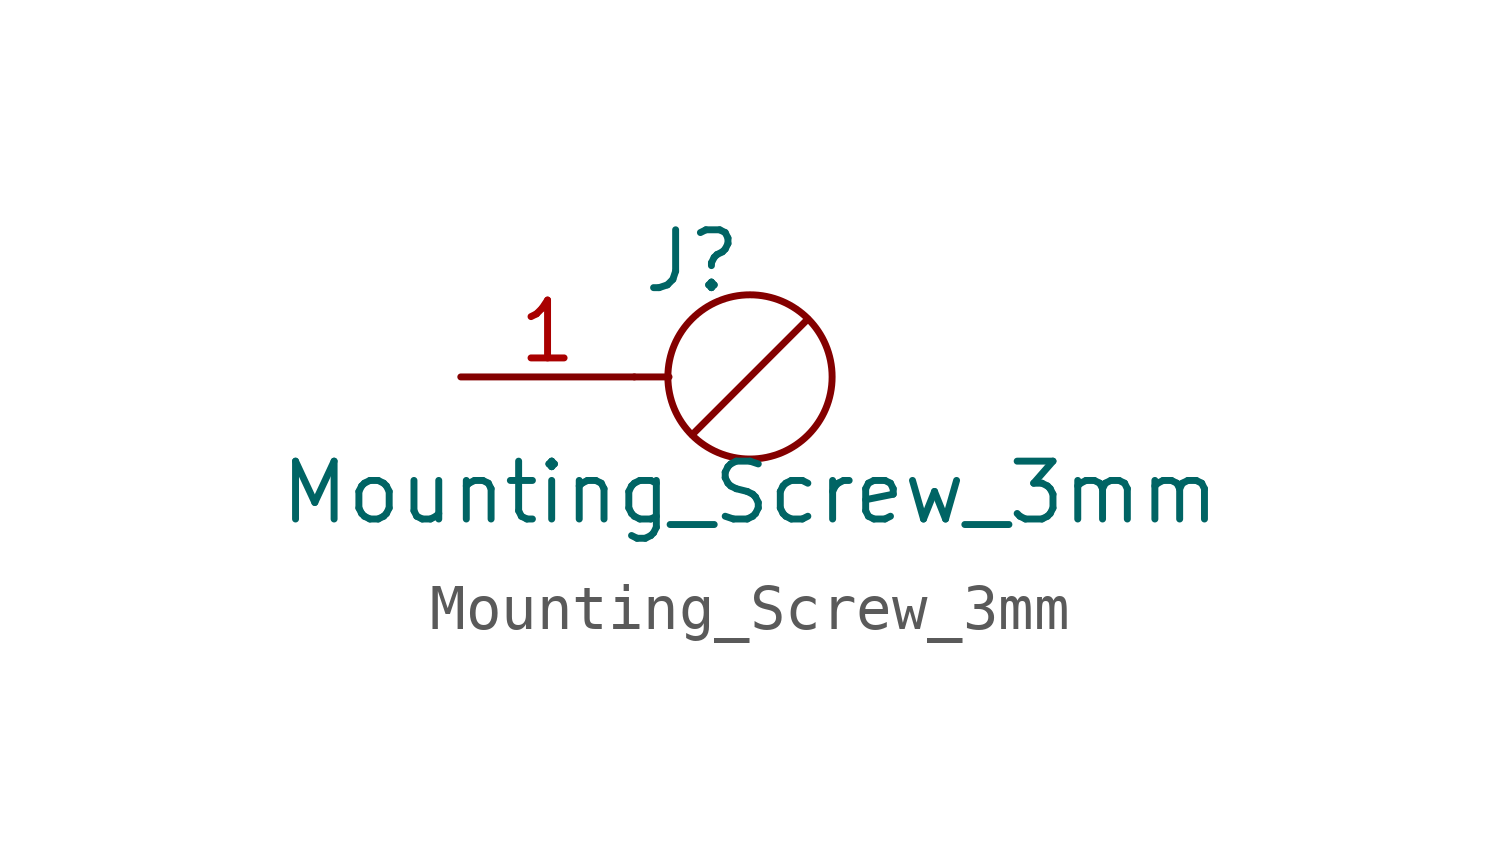
<source format=kicad_sym>
(kicad_symbol_lib
  (version 20211014)
  (generator kicad_symbol_editor)
  (symbol "Mounting_Screw_3mm"
    (pin_names
      (offset 1.016) hide)
    (property "Reference" "J"
      (at 0 2.54 0)
      (effects (font (size 1.27 1.27))))
    (property "Value" "Mounting_Screw_3mm"
      (at 1.27 -2.54 0)
      (effects (font (size 1.27 1.27))))
    (symbol "Mounting_Screw_3mm_0_1"
      (polyline (pts (xy 0 -1.27) (xy 2.54 1.27)) (stroke (width 0) (type default) (color 0 0 0 0)) (fill (type none)))
      (circle (center 1.27 0) (radius 1.803) (stroke (width 0) (type default) (color 0 0 0 0)) (fill (type none))))
    (symbol "Mounting_Screw_3mm_1_1"
      (polyline (pts (xy -1.27 0) (xy -0.508 0)) (stroke (width 0.152) (type default) (color 0 0 0 0)) (fill (type none)))
      (pin passive line (at -5.08 0 0) (length 3.81) (name "Pin_1" (effects (font (size 1.27 1.27)))) (number "1" (effects (font (size 1.27 1.27))))))))
</source>
